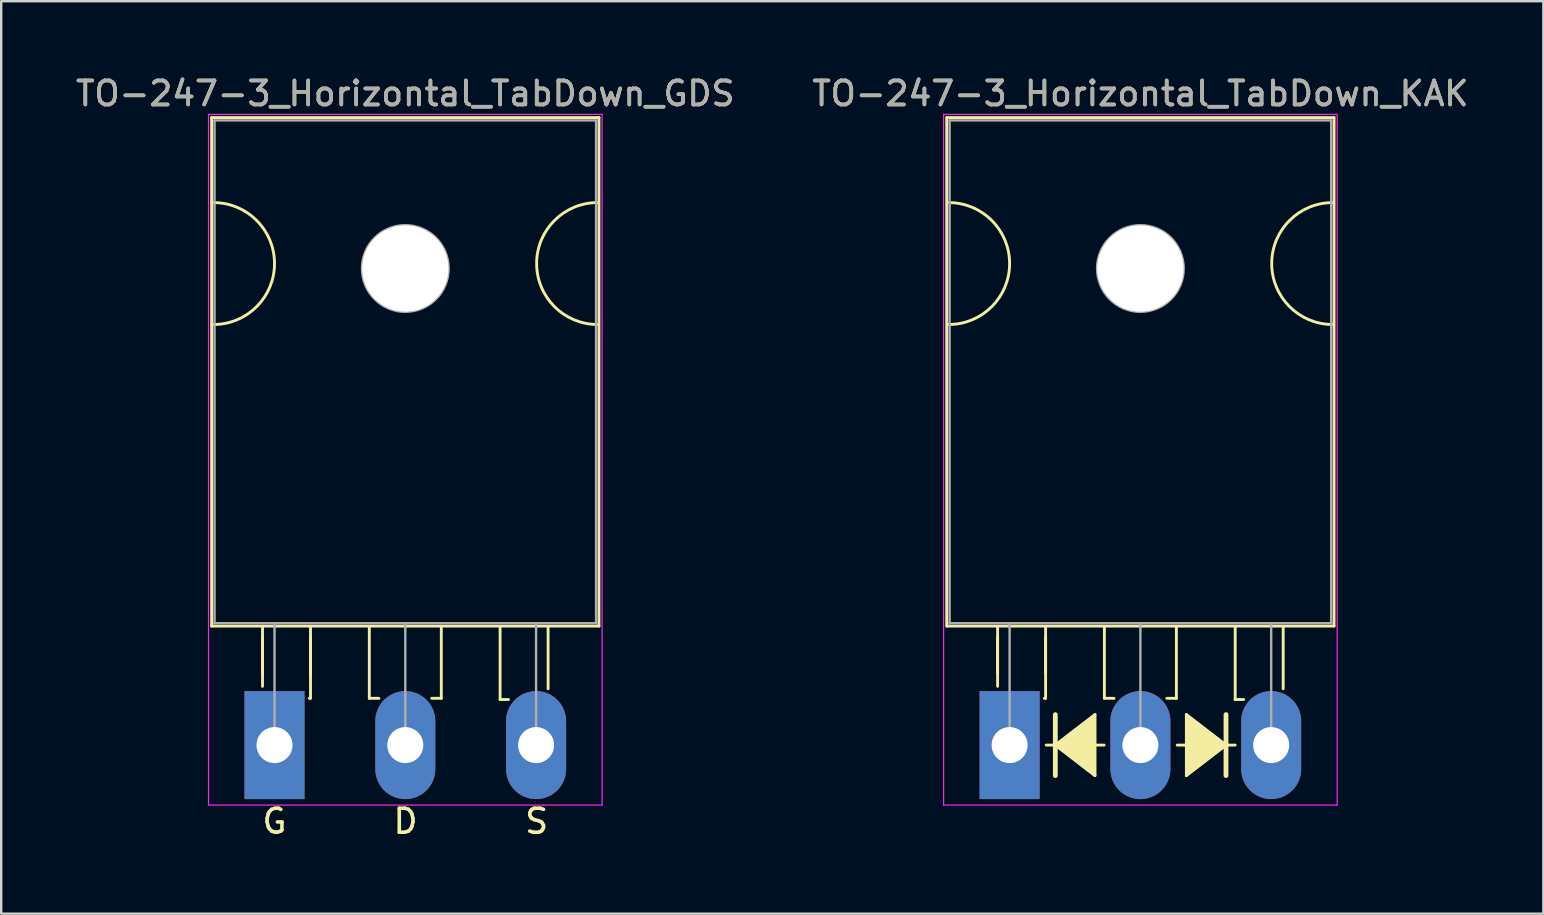
<source format=kicad_pcb>
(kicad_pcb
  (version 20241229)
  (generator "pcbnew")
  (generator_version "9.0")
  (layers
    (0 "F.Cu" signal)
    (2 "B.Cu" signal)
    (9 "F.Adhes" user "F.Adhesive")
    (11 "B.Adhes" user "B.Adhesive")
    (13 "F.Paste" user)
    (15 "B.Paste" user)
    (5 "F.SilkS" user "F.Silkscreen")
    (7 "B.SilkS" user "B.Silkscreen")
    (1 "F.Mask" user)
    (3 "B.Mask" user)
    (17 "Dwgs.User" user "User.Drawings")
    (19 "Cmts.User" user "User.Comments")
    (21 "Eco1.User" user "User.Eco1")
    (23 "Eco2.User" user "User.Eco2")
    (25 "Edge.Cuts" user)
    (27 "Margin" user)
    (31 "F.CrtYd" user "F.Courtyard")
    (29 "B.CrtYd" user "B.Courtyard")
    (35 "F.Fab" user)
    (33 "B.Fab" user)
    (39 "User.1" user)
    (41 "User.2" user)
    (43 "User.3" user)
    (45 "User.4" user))
  (footprint "TO-247-3_Horizontal_TabDown_GDS"
    (layer "F.Cu")
    (at 8.389 27.998)
    (property "Reference" "TO-247-3_Horizontal_TabDown_GDS" (at 5.45 -27.15 0) (layer "F.SilkS") (effects (font (size 1 1) (thickness 0.15))))
    (attr through_hole)
    (fp_line (start -2.62 -26.15) (end -2.62 -4.96) (stroke (width 0.12) (type solid)) (layer "F.SilkS"))
    (fp_line (start -2.62 -26.15) (end 13.52 -26.15) (stroke (width 0.12) (type solid)) (layer "F.SilkS"))
    (fp_line (start -2.62 -4.96) (end 13.52 -4.96) (stroke (width 0.12) (type solid)) (layer "F.SilkS"))
    (fp_line (start -0.5 -4.95) (end -0.5 -2.45) (stroke (width 0.12) (type solid)) (layer "F.SilkS"))
    (fp_line (start -0.5 -4.5) (end -0.5 -3) (stroke (width 0.12) (type solid)) (layer "F.SilkS"))
    (fp_line (start 1.5 -4.95) (end 1.5 -1.95) (stroke (width 0.12) (type solid)) (layer "F.SilkS"))
    (fp_line (start 1.5 -4.5) (end 1.5 -3) (stroke (width 0.12) (type solid)) (layer "F.SilkS"))
    (fp_line (start 1.5 -1.95) (end 1.45 -1.95) (stroke (width 0.12) (type solid)) (layer "F.SilkS"))
    (fp_line (start 3.95 -4.9) (end 3.95 -1.95) (stroke (width 0.12) (type solid)) (layer "F.SilkS"))
    (fp_line (start 3.95 -1.95) (end 4.35 -1.95) (stroke (width 0.12) (type solid)) (layer "F.SilkS"))
    (fp_line (start 6.95 -4.95) (end 6.95 -1.95) (stroke (width 0.12) (type solid)) (layer "F.SilkS"))
    (fp_line (start 6.95 -1.95) (end 6.55 -1.95) (stroke (width 0.12) (type solid)) (layer "F.SilkS"))
    (fp_line (start 9.4 -4.9) (end 9.4 -1.9) (stroke (width 0.12) (type solid)) (layer "F.SilkS"))
    (fp_line (start 9.4 -1.9) (end 9.75 -1.9) (stroke (width 0.12) (type solid)) (layer "F.SilkS"))
    (fp_line (start 11.4 -4.9) (end 11.4 -2.35) (stroke (width 0.12) (type solid)) (layer "F.SilkS"))
    (fp_line (start 13.52 -26.15) (end 13.52 -4.96) (stroke (width 0.12) (type solid)) (layer "F.SilkS"))
    (fp_arc (start -2.54 -22.606) (mid 0 -20.066) (end -2.54 -17.526) (stroke (width 0.12) (type solid)) (layer "F.SilkS"))
    (fp_arc (start 13.462 -17.526) (mid 10.922 -20.066) (end 13.462 -22.606) (stroke (width 0.12) (type solid)) (layer "F.SilkS"))
    (fp_line (start -2.75 -26.28) (end -2.75 2.5) (stroke (width 0.05) (type solid)) (layer "F.CrtYd"))
    (fp_line (start -2.75 2.5) (end 13.65 2.5) (stroke (width 0.05) (type solid)) (layer "F.CrtYd"))
    (fp_line (start 13.65 -26.28) (end -2.75 -26.28) (stroke (width 0.05) (type solid)) (layer "F.CrtYd"))
    (fp_line (start 13.65 2.5) (end 13.65 -26.28) (stroke (width 0.05) (type solid)) (layer "F.CrtYd"))
    (fp_line (start -2.5 -26.03) (end 13.4 -26.03) (stroke (width 0.1) (type solid)) (layer "F.Fab"))
    (fp_line (start -2.5 -5.08) (end -2.5 -26.03) (stroke (width 0.1) (type solid)) (layer "F.Fab"))
    (fp_line (start 0 -5.08) (end 0 0) (stroke (width 0.1) (type solid)) (layer "F.Fab"))
    (fp_line (start 5.45 -5.08) (end 5.45 0) (stroke (width 0.1) (type solid)) (layer "F.Fab"))
    (fp_line (start 10.9 -5.08) (end 10.9 0) (stroke (width 0.1) (type solid)) (layer "F.Fab"))
    (fp_line (start 13.4 -26.03) (end 13.4 -5.08) (stroke (width 0.1) (type solid)) (layer "F.Fab"))
    (fp_line (start 13.4 -5.08) (end -2.5 -5.08) (stroke (width 0.1) (type solid)) (layer "F.Fab"))
    (fp_circle (center 5.45 -19.86) (end 7.255 -19.86) (stroke (width 0.1) (type solid)) (fill no) (layer "F.Fab"))
    (fp_text user "G" (at 0 3.175 0) (layer "F.SilkS") (effects (font (size 1 1) (thickness 0.15))))
    (fp_text user "D" (at 5.461 3.175 0) (layer "F.SilkS") (effects (font (size 1 1) (thickness 0.15))))
    (fp_text user "S" (at 10.922 3.175 0) (layer "F.SilkS") (effects (font (size 1 1) (thickness 0.15))))
    (fp_text user "${REFERENCE}" (at 5.45 -27.15 0) (layer "F.Fab") (effects (font (size 1 1) (thickness 0.15))))
    (pad "" np_thru_hole oval (at 5.45 -19.86) (size 3.6 3.6) (drill 3.6) (layers "*.Cu" "*.Mask"))
    (pad "1" thru_hole rect (at 0 0) (size 2.5 4.5) (drill 1.5) (layers "*.Cu" "*.Mask"))
    (pad "2" thru_hole oval (at 5.45 0) (size 2.5 4.5) (drill 1.5) (layers "*.Cu" "*.Mask"))
    (pad "3" thru_hole oval (at 10.9 0) (size 2.5 4.5) (drill 1.5) (layers "*.Cu" "*.Mask")))
  (footprint "TO-247-3_Horizontal_TabDown_KAK"
    (layer "F.Cu")
    (at 39.02 27.998)
    (property "Reference" "TO-247-3_Horizontal_TabDown_KAK" (at 5.45 -27.15 0) (layer "F.SilkS") (effects (font (size 1 1) (thickness 0.15))))
    (attr through_hole)
    (fp_line (start -2.62 -26.15) (end -2.62 -4.96) (stroke (width 0.12) (type solid)) (layer "F.SilkS"))
    (fp_line (start -2.62 -26.15) (end 13.52 -26.15) (stroke (width 0.12) (type solid)) (layer "F.SilkS"))
    (fp_line (start -2.62 -4.96) (end 13.52 -4.96) (stroke (width 0.12) (type solid)) (layer "F.SilkS"))
    (fp_line (start -0.5 -4.95) (end -0.5 -2.45) (stroke (width 0.12) (type solid)) (layer "F.SilkS"))
    (fp_line (start -0.5 -4.5) (end -0.5 -3) (stroke (width 0.12) (type solid)) (layer "F.SilkS"))
    (fp_line (start 1.5 -4.95) (end 1.5 -1.95) (stroke (width 0.12) (type solid)) (layer "F.SilkS"))
    (fp_line (start 1.5 -4.5) (end 1.5 -3) (stroke (width 0.12) (type solid)) (layer "F.SilkS"))
    (fp_line (start 1.5 -1.95) (end 1.45 -1.95) (stroke (width 0.12) (type solid)) (layer "F.SilkS"))
    (fp_line (start 1.524 0) (end 1.905 0) (stroke (width 0.12) (type solid)) (layer "F.SilkS"))
    (fp_line (start 1.905 -1.27) (end 1.905 0) (stroke (width 0.2) (type solid)) (layer "F.SilkS"))
    (fp_line (start 1.905 0) (end 1.905 1.27) (stroke (width 0.2) (type solid)) (layer "F.SilkS"))
    (fp_line (start 1.905 0) (end 3.556 1.27) (stroke (width 0.12) (type solid)) (layer "F.SilkS"))
    (fp_line (start 3.556 -1.27) (end 1.905 0) (stroke (width 0.12) (type solid)) (layer "F.SilkS"))
    (fp_line (start 3.556 1.27) (end 3.556 -1.27) (stroke (width 0.12) (type solid)) (layer "F.SilkS"))
    (fp_line (start 3.937 0) (end 3.556 0) (stroke (width 0.12) (type solid)) (layer "F.SilkS"))
    (fp_line (start 3.95 -4.9) (end 3.95 -1.95) (stroke (width 0.12) (type solid)) (layer "F.SilkS"))
    (fp_line (start 3.95 -1.95) (end 4.35 -1.95) (stroke (width 0.12) (type solid)) (layer "F.SilkS"))
    (fp_line (start 6.95 -4.95) (end 6.95 -1.95) (stroke (width 0.12) (type solid)) (layer "F.SilkS"))
    (fp_line (start 6.95 -1.95) (end 6.55 -1.95) (stroke (width 0.12) (type solid)) (layer "F.SilkS"))
    (fp_line (start 6.985 0) (end 7.366 0) (stroke (width 0.12) (type solid)) (layer "F.SilkS"))
    (fp_line (start 7.366 -1.27) (end 7.366 1.27) (stroke (width 0.12) (type solid)) (layer "F.SilkS"))
    (fp_line (start 7.366 1.27) (end 9.017 0) (stroke (width 0.12) (type solid)) (layer "F.SilkS"))
    (fp_line (start 9.017 0) (end 7.366 -1.27) (stroke (width 0.12) (type solid)) (layer "F.SilkS"))
    (fp_line (start 9.017 0) (end 9.017 -1.27) (stroke (width 0.2) (type solid)) (layer "F.SilkS"))
    (fp_line (start 9.017 1.27) (end 9.017 0) (stroke (width 0.2) (type solid)) (layer "F.SilkS"))
    (fp_line (start 9.398 0) (end 9.017 0) (stroke (width 0.12) (type solid)) (layer "F.SilkS"))
    (fp_line (start 9.4 -4.9) (end 9.4 -1.9) (stroke (width 0.12) (type solid)) (layer "F.SilkS"))
    (fp_line (start 9.4 -1.9) (end 9.75 -1.9) (stroke (width 0.12) (type solid)) (layer "F.SilkS"))
    (fp_line (start 11.4 -4.9) (end 11.4 -2.35) (stroke (width 0.12) (type solid)) (layer "F.SilkS"))
    (fp_line (start 13.52 -26.15) (end 13.52 -4.96) (stroke (width 0.12) (type solid)) (layer "F.SilkS"))
    (fp_arc (start -2.54 -22.606) (mid 0 -20.066) (end -2.54 -17.526) (stroke (width 0.12) (type solid)) (layer "F.SilkS"))
    (fp_arc (start 13.462 -17.526) (mid 10.922 -20.066) (end 13.462 -22.606) (stroke (width 0.12) (type solid)) (layer "F.SilkS"))
    (fp_poly (pts (xy 3.556 1.27) (xy 1.905 0) (xy 3.556 -1.27)) (stroke (width 0.1) (type solid)) (fill yes) (layer "F.SilkS"))
    (fp_poly (pts (xy 9.017 0) (xy 7.366 1.27) (xy 7.366 -1.27)) (stroke (width 0.1) (type solid)) (fill yes) (layer "F.SilkS"))
    (fp_line (start -2.75 -26.28) (end -2.75 2.5) (stroke (width 0.05) (type solid)) (layer "F.CrtYd"))
    (fp_line (start -2.75 2.5) (end 13.65 2.5) (stroke (width 0.05) (type solid)) (layer "F.CrtYd"))
    (fp_line (start 13.65 -26.28) (end -2.75 -26.28) (stroke (width 0.05) (type solid)) (layer "F.CrtYd"))
    (fp_line (start 13.65 2.5) (end 13.65 -26.28) (stroke (width 0.05) (type solid)) (layer "F.CrtYd"))
    (fp_line (start -2.5 -26.03) (end 13.4 -26.03) (stroke (width 0.1) (type solid)) (layer "F.Fab"))
    (fp_line (start -2.5 -5.08) (end -2.5 -26.03) (stroke (width 0.1) (type solid)) (layer "F.Fab"))
    (fp_line (start 0 -5.08) (end 0 0) (stroke (width 0.1) (type solid)) (layer "F.Fab"))
    (fp_line (start 5.45 -5.08) (end 5.45 0) (stroke (width 0.1) (type solid)) (layer "F.Fab"))
    (fp_line (start 10.9 -5.08) (end 10.9 0) (stroke (width 0.1) (type solid)) (layer "F.Fab"))
    (fp_line (start 13.4 -26.03) (end 13.4 -5.08) (stroke (width 0.1) (type solid)) (layer "F.Fab"))
    (fp_line (start 13.4 -5.08) (end -2.5 -5.08) (stroke (width 0.1) (type solid)) (layer "F.Fab"))
    (fp_circle (center 5.45 -19.86) (end 7.255 -19.86) (stroke (width 0.1) (type solid)) (fill no) (layer "F.Fab"))
    (fp_text user "${REFERENCE}" (at 5.45 -27.15 0) (layer "F.Fab") (effects (font (size 1 1) (thickness 0.15))))
    (pad "" np_thru_hole oval (at 5.45 -19.86) (size 3.6 3.6) (drill 3.6) (layers "*.Cu" "*.Mask"))
    (pad "1" thru_hole rect (at 0 0) (size 2.5 4.5) (drill 1.5) (layers "*.Cu" "*.Mask"))
    (pad "2" thru_hole oval (at 5.45 0) (size 2.5 4.5) (drill 1.5) (layers "*.Cu" "*.Mask"))
    (pad "3" thru_hole oval (at 10.9 0) (size 2.5 4.5) (drill 1.5) (layers "*.Cu" "*.Mask")))
  (gr_rect
    (start -3 -3)
    (end 61.262 35.022)
    (stroke (width 0.1) (type default))
    (fill no)
    (layer "Edge.Cuts")))
</source>
